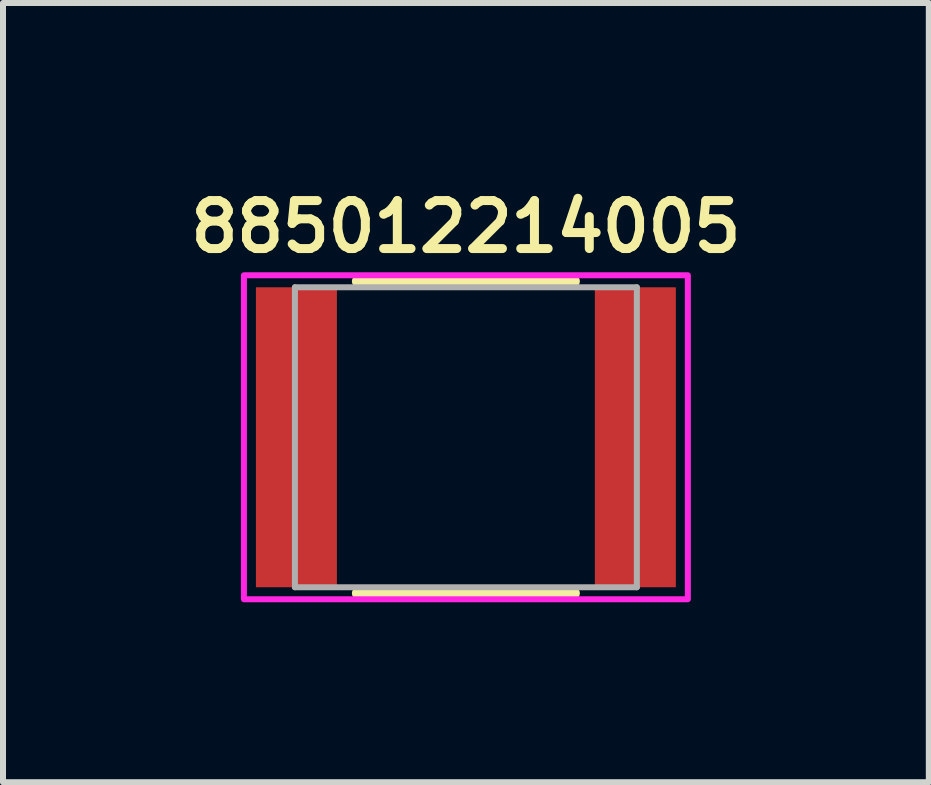
<source format=kicad_pcb>
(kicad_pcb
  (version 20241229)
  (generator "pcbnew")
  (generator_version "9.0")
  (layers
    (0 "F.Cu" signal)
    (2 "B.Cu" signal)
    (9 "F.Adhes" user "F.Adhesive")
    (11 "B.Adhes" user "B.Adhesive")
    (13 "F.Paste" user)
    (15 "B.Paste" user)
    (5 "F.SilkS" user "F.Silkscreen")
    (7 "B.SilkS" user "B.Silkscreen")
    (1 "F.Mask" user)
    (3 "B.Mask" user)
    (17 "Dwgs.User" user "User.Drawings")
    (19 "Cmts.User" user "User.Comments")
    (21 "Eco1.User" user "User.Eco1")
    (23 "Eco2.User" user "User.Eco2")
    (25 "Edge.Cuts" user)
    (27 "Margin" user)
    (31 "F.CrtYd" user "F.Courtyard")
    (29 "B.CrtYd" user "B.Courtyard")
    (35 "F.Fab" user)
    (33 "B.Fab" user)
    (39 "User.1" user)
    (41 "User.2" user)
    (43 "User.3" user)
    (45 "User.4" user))
  (footprint "885012214005"
    (layer "F.Cu")
    (at 4.716 4.239)
    (property "Reference" "885012214005" (at 0 -3.508 0) (layer "F.SilkS") (effects (font (size 0.8 0.8) (thickness 0.15))))
    (attr smd)
    (fp_line (start -1.8 -2.6) (end 1.8 -2.6) (stroke (width 0.2) (type solid)) (layer "F.SilkS"))
    (fp_line (start 1.8 2.6) (end -1.8 2.6) (stroke (width 0.2) (type solid)) (layer "F.SilkS"))
    (fp_poly (pts (xy -3.7 -2.7) (xy 3.7 -2.7) (xy 3.7 2.7) (xy -3.7 2.7)) (stroke (width 0.1) (type solid)) (fill no) (layer "F.CrtYd"))
    (fp_line (start -2.85 -2.5) (end -2.85 2.5) (stroke (width 0.1) (type solid)) (layer "F.Fab"))
    (fp_line (start -2.85 -2.5) (end 2.85 -2.5) (stroke (width 0.1) (type solid)) (layer "F.Fab"))
    (fp_line (start -2.85 2.5) (end 2.85 2.5) (stroke (width 0.1) (type solid)) (layer "F.Fab"))
    (fp_line (start 2.85 2.5) (end 2.85 -2.5) (stroke (width 0.1) (type solid)) (layer "F.Fab"))
    (pad "1" smd rect (at -2.825 0) (size 1.35 5) (layers "F.Cu" "F.Mask" "F.Paste"))
    (pad "2" smd rect (at 2.825 0) (size 1.35 5) (layers "F.Cu" "F.Mask" "F.Paste")))
  (gr_rect
    (start -3 -3)
    (end 12.433 9.989)
    (stroke (width 0.1) (type default))
    (fill no)
    (layer "Edge.Cuts")))
</source>
